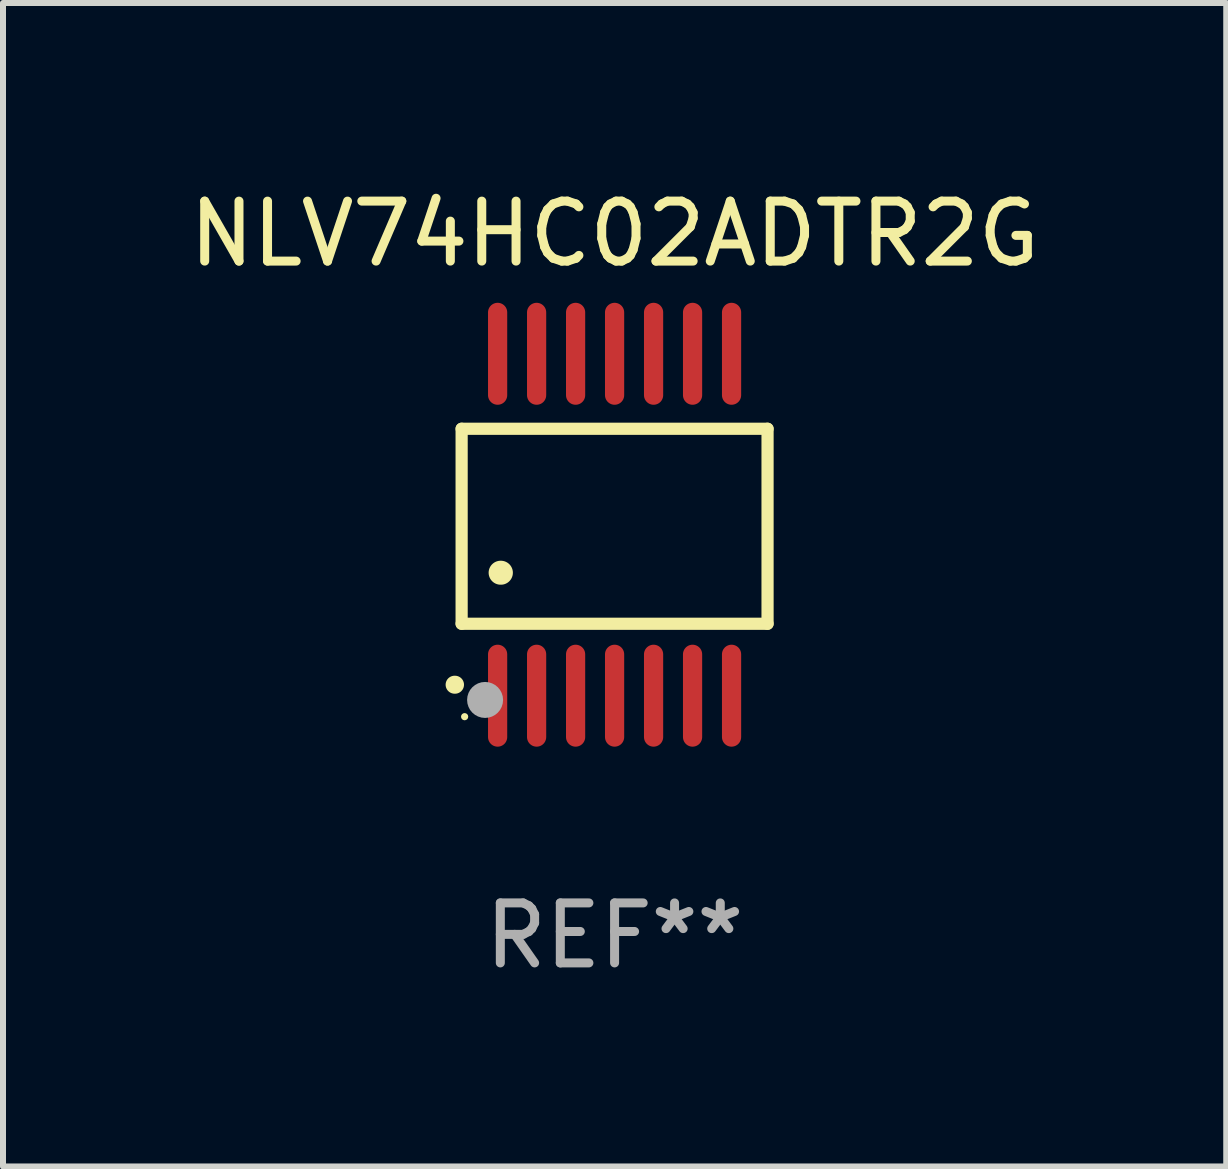
<source format=kicad_pcb>
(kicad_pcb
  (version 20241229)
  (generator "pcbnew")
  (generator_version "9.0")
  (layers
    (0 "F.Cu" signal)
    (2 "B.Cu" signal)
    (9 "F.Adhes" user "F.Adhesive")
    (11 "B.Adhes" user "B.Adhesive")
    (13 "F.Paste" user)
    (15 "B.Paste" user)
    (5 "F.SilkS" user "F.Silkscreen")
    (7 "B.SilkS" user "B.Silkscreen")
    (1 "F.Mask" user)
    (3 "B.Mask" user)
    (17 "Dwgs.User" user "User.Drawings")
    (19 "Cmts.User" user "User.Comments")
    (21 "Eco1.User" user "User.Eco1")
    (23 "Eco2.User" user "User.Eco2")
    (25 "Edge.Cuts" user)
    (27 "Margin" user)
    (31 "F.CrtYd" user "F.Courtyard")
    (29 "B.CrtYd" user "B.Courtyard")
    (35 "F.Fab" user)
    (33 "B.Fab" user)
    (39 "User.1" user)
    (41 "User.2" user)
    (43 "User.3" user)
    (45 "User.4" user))
  (footprint "NLV74HC02ADTR2G"
    (layer "F.Cu")
    (at 7.196 5.698)
    (property "Reference" "NLV74HC02ADTR2G" (at 0 -4.85 0) (layer "F.SilkS") (effects (font (size 1 1) (thickness 0.15))))
    (attr through_hole)
    (fp_line (start -2.55 -1.6) (end 2.55 -1.6) (stroke (width 0.203) (type solid)) (layer "F.SilkS"))
    (fp_line (start -2.55 1.651) (end -2.55 -1.6) (stroke (width 0.203) (type solid)) (layer "F.SilkS"))
    (fp_line (start 2.55 -1.6) (end 2.55 1.651) (stroke (width 0.203) (type solid)) (layer "F.SilkS"))
    (fp_line (start 2.55 1.651) (end -2.55 1.651) (stroke (width 0.203) (type solid)) (layer "F.SilkS"))
    (fp_arc (start -2.667005 2.667005) (mid -2.663677 2.667046) (end -2.66035 2.667157) (stroke (width 0.3) (type solid)) (layer "F.SilkS"))
    (fp_arc (start -1.9 0.8) (mid -1.897803 0.800014) (end -1.895606 0.800051) (stroke (width 0.4) (type solid)) (layer "F.SilkS"))
    (fp_circle (center -2.5 3.2) (end -2.47 3.2) (stroke (width 0.06) (type solid)) (fill no) (layer "F.SilkS"))
    (fp_circle (center -2.159 2.921) (end -2.009 2.921) (stroke (width 0.3) (type solid)) (fill no) (layer "F.Fab"))
    (fp_text user "REF**" (at 0 6.85 0) (layer "F.Fab") (effects (font (size 1 1) (thickness 0.15))))
    (pad "1" smd oval (at -1.95 2.85 180) (size 0.32 1.7) (layers "F.Cu" "F.Mask" "F.Paste"))
    (pad "2" smd oval (at -1.3 2.85 180) (size 0.32 1.7) (layers "F.Cu" "F.Mask" "F.Paste"))
    (pad "3" smd oval (at -0.65 2.85 180) (size 0.32 1.7) (layers "F.Cu" "F.Mask" "F.Paste"))
    (pad "4" smd oval (at 0 2.85 180) (size 0.32 1.7) (layers "F.Cu" "F.Mask" "F.Paste"))
    (pad "5" smd oval (at 0.65 2.85 180) (size 0.32 1.7) (layers "F.Cu" "F.Mask" "F.Paste"))
    (pad "6" smd oval (at 1.3 2.85 180) (size 0.32 1.7) (layers "F.Cu" "F.Mask" "F.Paste"))
    (pad "7" smd oval (at 1.95 2.85 180) (size 0.32 1.7) (layers "F.Cu" "F.Mask" "F.Paste"))
    (pad "8" smd oval (at 1.95 -2.85 180) (size 0.32 1.7) (layers "F.Cu" "F.Mask" "F.Paste"))
    (pad "9" smd oval (at 1.3 -2.85 180) (size 0.32 1.7) (layers "F.Cu" "F.Mask" "F.Paste"))
    (pad "10" smd oval (at 0.65 -2.85 180) (size 0.32 1.7) (layers "F.Cu" "F.Mask" "F.Paste"))
    (pad "11" smd oval (at 0 -2.85 180) (size 0.32 1.7) (layers "F.Cu" "F.Mask" "F.Paste"))
    (pad "12" smd oval (at -0.65 -2.85 180) (size 0.32 1.7) (layers "F.Cu" "F.Mask" "F.Paste"))
    (pad "13" smd oval (at -1.3 -2.85 180) (size 0.32 1.7) (layers "F.Cu" "F.Mask" "F.Paste"))
    (pad "14" smd oval (at -1.95 -2.85 180) (size 0.32 1.7) (layers "F.Cu" "F.Mask" "F.Paste")))
  (gr_rect
    (start -3 -3)
    (end 17.393 16.396)
    (stroke (width 0.1) (type default))
    (fill no)
    (layer "Edge.Cuts")))
</source>
